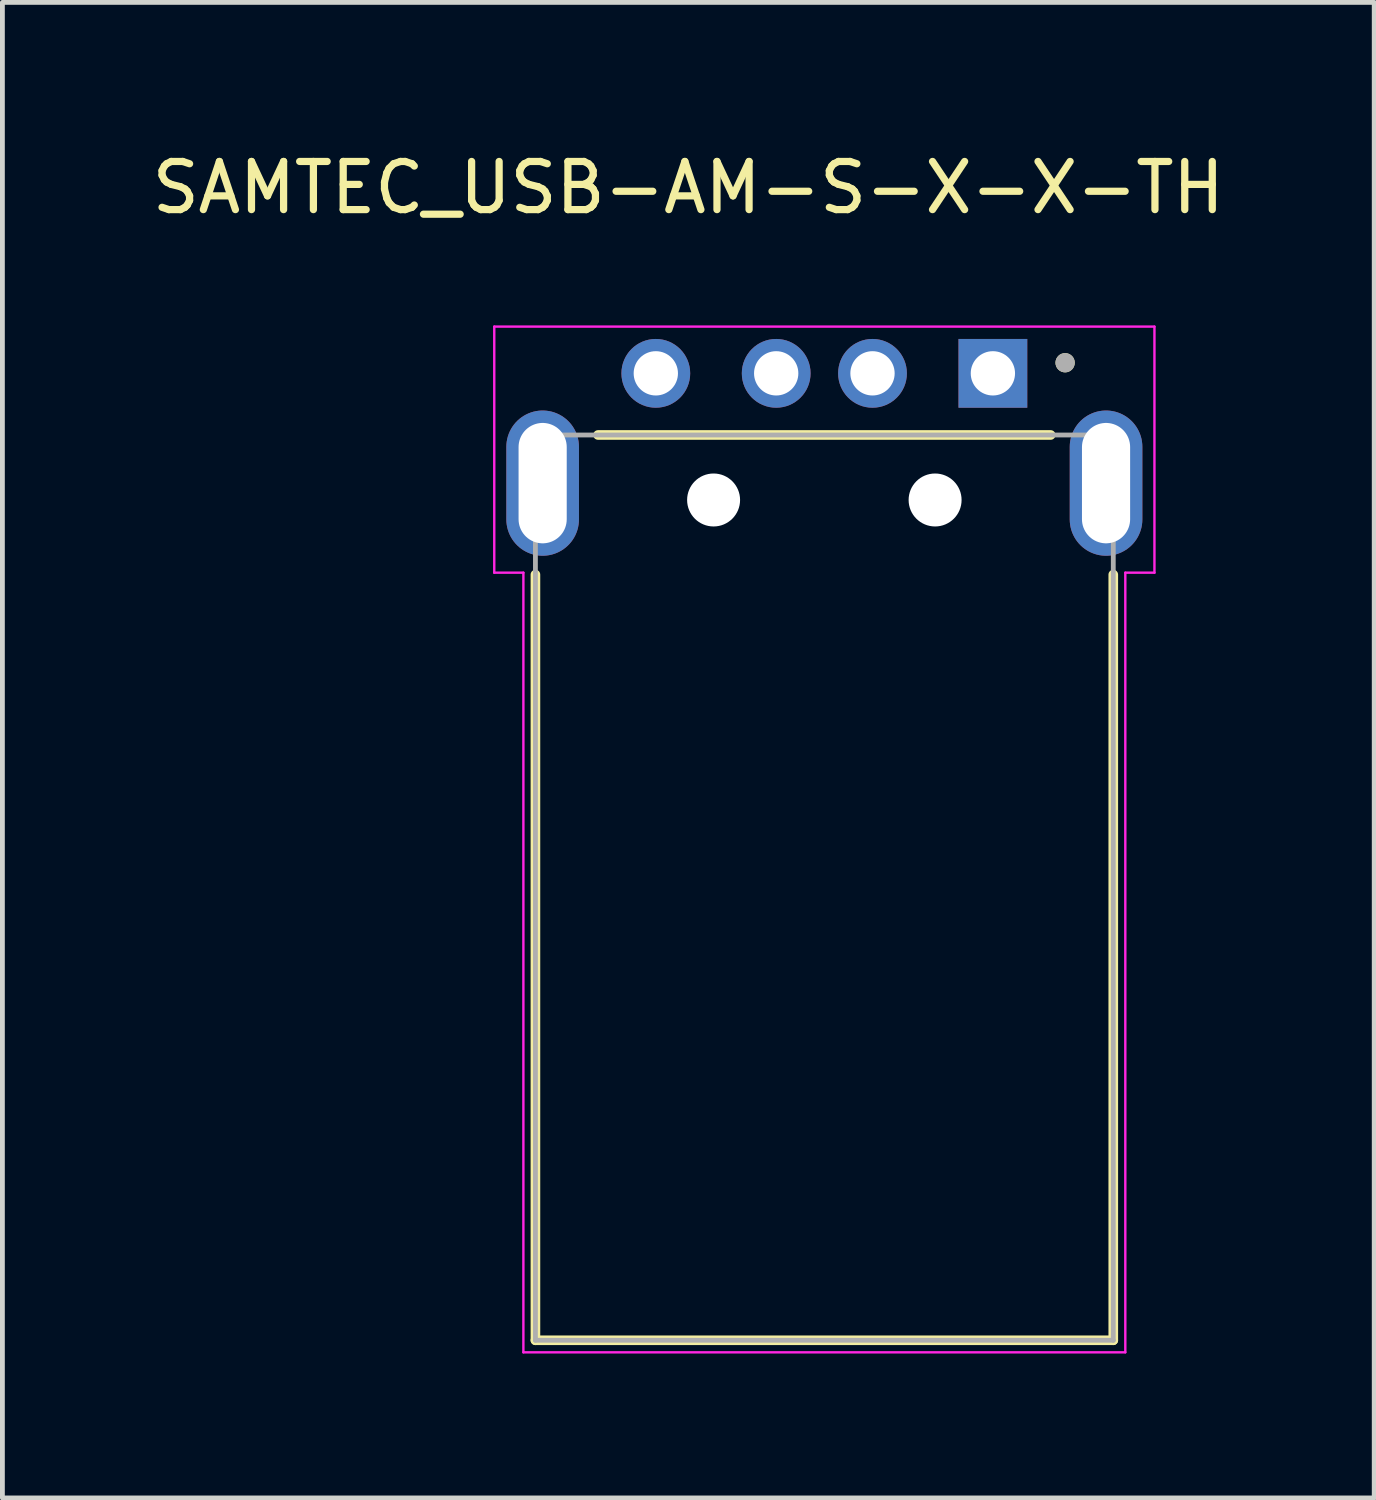
<source format=kicad_pcb>
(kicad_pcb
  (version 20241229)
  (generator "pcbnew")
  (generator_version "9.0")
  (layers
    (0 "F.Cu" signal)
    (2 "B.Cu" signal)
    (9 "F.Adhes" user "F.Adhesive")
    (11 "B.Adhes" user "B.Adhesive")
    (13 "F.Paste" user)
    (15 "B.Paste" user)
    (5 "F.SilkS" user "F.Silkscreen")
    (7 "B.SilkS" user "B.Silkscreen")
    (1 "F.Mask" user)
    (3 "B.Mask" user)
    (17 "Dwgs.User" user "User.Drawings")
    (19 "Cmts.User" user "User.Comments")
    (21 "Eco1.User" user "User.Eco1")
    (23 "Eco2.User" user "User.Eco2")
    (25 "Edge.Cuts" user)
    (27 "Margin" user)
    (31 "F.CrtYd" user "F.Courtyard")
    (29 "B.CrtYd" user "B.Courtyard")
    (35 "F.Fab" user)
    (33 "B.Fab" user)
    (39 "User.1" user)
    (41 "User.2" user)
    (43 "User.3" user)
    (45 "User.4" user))
  (footprint "SAMTEC_USB-AM-S-X-X-TH"
    (layer "F.Cu")
    (at 14.069 6.983)
    (property "Reference" "SAMTEC_USB-AM-S-X-X-TH" (at -2.825 -6.135 0) (layer "F.SilkS") (effects (font (size 1 1) (thickness 0.15))))
    (attr through_hole)
    (fp_line (start -6 17.8) (end -6 1.9) (stroke (width 0.2) (type solid)) (layer "F.SilkS"))
    (fp_line (start -4.7 -1) (end 4.7 -1) (stroke (width 0.2) (type solid)) (layer "F.SilkS"))
    (fp_line (start 6 1.9) (end 6 17.8) (stroke (width 0.2) (type solid)) (layer "F.SilkS"))
    (fp_line (start 6 17.8) (end -6 17.8) (stroke (width 0.2) (type solid)) (layer "F.SilkS"))
    (fp_circle (center 5 -2.5) (end 5.1 -2.5) (stroke (width 0.2) (type solid)) (fill no) (layer "F.SilkS"))
    (fp_line (start -6.855 -3.25) (end 6.855 -3.25) (stroke (width 0.05) (type solid)) (layer "F.CrtYd"))
    (fp_line (start -6.855 1.86) (end -6.855 -3.25) (stroke (width 0.05) (type solid)) (layer "F.CrtYd"))
    (fp_line (start -6.25 1.86) (end -6.855 1.86) (stroke (width 0.05) (type solid)) (layer "F.CrtYd"))
    (fp_line (start -6.25 18.05) (end -6.25 1.86) (stroke (width 0.05) (type solid)) (layer "F.CrtYd"))
    (fp_line (start 6.25 1.86) (end 6.25 18.05) (stroke (width 0.05) (type solid)) (layer "F.CrtYd"))
    (fp_line (start 6.25 18.05) (end -6.25 18.05) (stroke (width 0.05) (type solid)) (layer "F.CrtYd"))
    (fp_line (start 6.855 -3.25) (end 6.855 1.86) (stroke (width 0.05) (type solid)) (layer "F.CrtYd"))
    (fp_line (start 6.855 1.86) (end 6.25 1.86) (stroke (width 0.05) (type solid)) (layer "F.CrtYd"))
    (fp_line (start -6 -1) (end 6 -1) (stroke (width 0.1) (type solid)) (layer "F.Fab"))
    (fp_line (start -6 17.8) (end -6 -1) (stroke (width 0.1) (type solid)) (layer "F.Fab"))
    (fp_line (start 6 -1) (end 6 17.8) (stroke (width 0.1) (type solid)) (layer "F.Fab"))
    (fp_line (start 6 17.8) (end -6 17.8) (stroke (width 0.1) (type solid)) (layer "F.Fab"))
    (fp_circle (center 5 -2.5) (end 5.1 -2.5) (stroke (width 0.2) (type solid)) (fill no) (layer "F.Fab"))
    (pad "" np_thru_hole circle (at -2.3 0.35) (size 1.1 1.1) (drill 1.1) (layers "*.Cu" "*.Mask"))
    (pad "" np_thru_hole circle (at 2.3 0.35) (size 1.1 1.1) (drill 1.1) (layers "*.Cu" "*.Mask"))
    (pad "01" thru_hole rect (at 3.5 -2.28) (size 1.428 1.428) (drill 0.92) (layers "*.Cu" "*.Mask"))
    (pad "02" thru_hole circle (at 1 -2.28) (size 1.428 1.428) (drill 0.92) (layers "*.Cu" "*.Mask"))
    (pad "03" thru_hole circle (at -1 -2.28) (size 1.428 1.428) (drill 0.92) (layers "*.Cu" "*.Mask"))
    (pad "04" thru_hole circle (at -3.5 -2.28) (size 1.428 1.428) (drill 0.92) (layers "*.Cu" "*.Mask"))
    (pad "S1" thru_hole oval (at -5.85 0) (size 1.508 3.016) (drill oval 1 2.5) (layers "*.Cu" "*.Mask"))
    (pad "S2" thru_hole oval (at 5.85 0) (size 1.508 3.016) (drill oval 1 2.5) (layers "*.Cu" "*.Mask")))
  (gr_rect
    (start -3 -3)
    (end 25.488 28.058)
    (stroke (width 0.1) (type default))
    (fill no)
    (layer "Edge.Cuts")))
</source>
